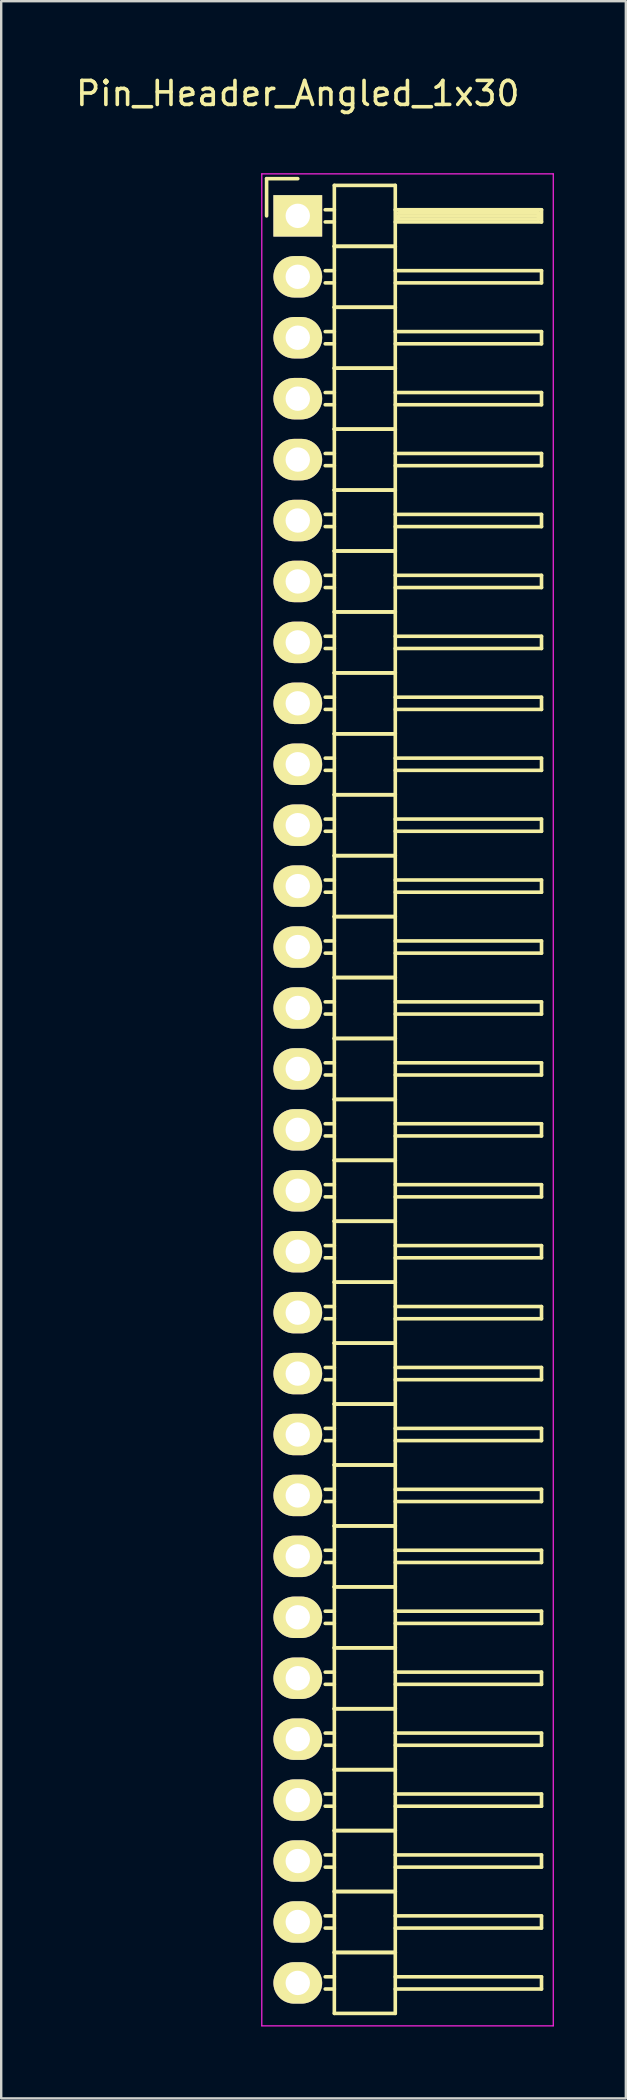
<source format=kicad_pcb>
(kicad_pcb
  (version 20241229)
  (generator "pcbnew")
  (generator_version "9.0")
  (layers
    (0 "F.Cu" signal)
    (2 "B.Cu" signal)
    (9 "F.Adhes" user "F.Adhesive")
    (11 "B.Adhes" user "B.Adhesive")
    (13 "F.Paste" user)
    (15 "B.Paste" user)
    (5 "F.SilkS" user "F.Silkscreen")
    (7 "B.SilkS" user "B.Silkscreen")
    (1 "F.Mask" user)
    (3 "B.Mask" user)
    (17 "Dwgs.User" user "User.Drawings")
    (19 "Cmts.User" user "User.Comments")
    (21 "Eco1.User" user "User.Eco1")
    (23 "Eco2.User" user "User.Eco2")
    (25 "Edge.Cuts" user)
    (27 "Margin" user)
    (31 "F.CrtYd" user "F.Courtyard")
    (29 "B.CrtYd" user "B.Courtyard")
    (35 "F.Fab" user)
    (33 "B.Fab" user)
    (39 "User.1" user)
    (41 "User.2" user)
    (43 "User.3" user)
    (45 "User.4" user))
  (footprint "Pin_Header_Angled_1x30"
    (layer "F.Cu")
    (at 9.363 5.948)
    (property "Reference" "Pin_Header_Angled_1x30" (at 0 -5.1 0) (layer "F.SilkS") (effects (font (size 1 1) (thickness 0.15))))
    (attr through_hole)
    (fp_line (start -1.3 -1.55) (end -1.3 0) (stroke (width 0.15) (type solid)) (layer "F.SilkS"))
    (fp_line (start 0 -1.55) (end -1.3 -1.55) (stroke (width 0.15) (type solid)) (layer "F.SilkS"))
    (fp_line (start 1.524 -1.27) (end 1.524 1.27) (stroke (width 0.15) (type solid)) (layer "F.SilkS"))
    (fp_line (start 1.524 -1.27) (end 4.064 -1.27) (stroke (width 0.15) (type solid)) (layer "F.SilkS"))
    (fp_line (start 1.524 -0.254) (end 1.143 -0.254) (stroke (width 0.15) (type solid)) (layer "F.SilkS"))
    (fp_line (start 1.524 0.254) (end 1.143 0.254) (stroke (width 0.15) (type solid)) (layer "F.SilkS"))
    (fp_line (start 1.524 1.27) (end 1.524 3.81) (stroke (width 0.15) (type solid)) (layer "F.SilkS"))
    (fp_line (start 1.524 1.27) (end 4.064 1.27) (stroke (width 0.15) (type solid)) (layer "F.SilkS"))
    (fp_line (start 1.524 1.27) (end 4.064 1.27) (stroke (width 0.15) (type solid)) (layer "F.SilkS"))
    (fp_line (start 1.524 2.286) (end 1.143 2.286) (stroke (width 0.15) (type solid)) (layer "F.SilkS"))
    (fp_line (start 1.524 2.794) (end 1.143 2.794) (stroke (width 0.15) (type solid)) (layer "F.SilkS"))
    (fp_line (start 1.524 3.81) (end 1.524 6.35) (stroke (width 0.15) (type solid)) (layer "F.SilkS"))
    (fp_line (start 1.524 3.81) (end 4.064 3.81) (stroke (width 0.15) (type solid)) (layer "F.SilkS"))
    (fp_line (start 1.524 3.81) (end 4.064 3.81) (stroke (width 0.15) (type solid)) (layer "F.SilkS"))
    (fp_line (start 1.524 4.826) (end 1.143 4.826) (stroke (width 0.15) (type solid)) (layer "F.SilkS"))
    (fp_line (start 1.524 5.334) (end 1.143 5.334) (stroke (width 0.15) (type solid)) (layer "F.SilkS"))
    (fp_line (start 1.524 6.35) (end 1.524 8.89) (stroke (width 0.15) (type solid)) (layer "F.SilkS"))
    (fp_line (start 1.524 6.35) (end 4.064 6.35) (stroke (width 0.15) (type solid)) (layer "F.SilkS"))
    (fp_line (start 1.524 6.35) (end 4.064 6.35) (stroke (width 0.15) (type solid)) (layer "F.SilkS"))
    (fp_line (start 1.524 7.366) (end 1.143 7.366) (stroke (width 0.15) (type solid)) (layer "F.SilkS"))
    (fp_line (start 1.524 7.874) (end 1.143 7.874) (stroke (width 0.15) (type solid)) (layer "F.SilkS"))
    (fp_line (start 1.524 8.89) (end 1.524 11.43) (stroke (width 0.15) (type solid)) (layer "F.SilkS"))
    (fp_line (start 1.524 8.89) (end 4.064 8.89) (stroke (width 0.15) (type solid)) (layer "F.SilkS"))
    (fp_line (start 1.524 8.89) (end 4.064 8.89) (stroke (width 0.15) (type solid)) (layer "F.SilkS"))
    (fp_line (start 1.524 9.906) (end 1.143 9.906) (stroke (width 0.15) (type solid)) (layer "F.SilkS"))
    (fp_line (start 1.524 10.414) (end 1.143 10.414) (stroke (width 0.15) (type solid)) (layer "F.SilkS"))
    (fp_line (start 1.524 11.43) (end 1.524 13.97) (stroke (width 0.15) (type solid)) (layer "F.SilkS"))
    (fp_line (start 1.524 11.43) (end 4.064 11.43) (stroke (width 0.15) (type solid)) (layer "F.SilkS"))
    (fp_line (start 1.524 11.43) (end 4.064 11.43) (stroke (width 0.15) (type solid)) (layer "F.SilkS"))
    (fp_line (start 1.524 12.446) (end 1.143 12.446) (stroke (width 0.15) (type solid)) (layer "F.SilkS"))
    (fp_line (start 1.524 12.954) (end 1.143 12.954) (stroke (width 0.15) (type solid)) (layer "F.SilkS"))
    (fp_line (start 1.524 13.97) (end 1.524 16.51) (stroke (width 0.15) (type solid)) (layer "F.SilkS"))
    (fp_line (start 1.524 13.97) (end 4.064 13.97) (stroke (width 0.15) (type solid)) (layer "F.SilkS"))
    (fp_line (start 1.524 13.97) (end 4.064 13.97) (stroke (width 0.15) (type solid)) (layer "F.SilkS"))
    (fp_line (start 1.524 14.986) (end 1.143 14.986) (stroke (width 0.15) (type solid)) (layer "F.SilkS"))
    (fp_line (start 1.524 15.494) (end 1.143 15.494) (stroke (width 0.15) (type solid)) (layer "F.SilkS"))
    (fp_line (start 1.524 16.51) (end 1.524 19.05) (stroke (width 0.15) (type solid)) (layer "F.SilkS"))
    (fp_line (start 1.524 16.51) (end 4.064 16.51) (stroke (width 0.15) (type solid)) (layer "F.SilkS"))
    (fp_line (start 1.524 16.51) (end 4.064 16.51) (stroke (width 0.15) (type solid)) (layer "F.SilkS"))
    (fp_line (start 1.524 17.526) (end 1.143 17.526) (stroke (width 0.15) (type solid)) (layer "F.SilkS"))
    (fp_line (start 1.524 18.034) (end 1.143 18.034) (stroke (width 0.15) (type solid)) (layer "F.SilkS"))
    (fp_line (start 1.524 19.05) (end 1.524 21.59) (stroke (width 0.15) (type solid)) (layer "F.SilkS"))
    (fp_line (start 1.524 19.05) (end 4.064 19.05) (stroke (width 0.15) (type solid)) (layer "F.SilkS"))
    (fp_line (start 1.524 19.05) (end 4.064 19.05) (stroke (width 0.15) (type solid)) (layer "F.SilkS"))
    (fp_line (start 1.524 20.066) (end 1.143 20.066) (stroke (width 0.15) (type solid)) (layer "F.SilkS"))
    (fp_line (start 1.524 20.574) (end 1.143 20.574) (stroke (width 0.15) (type solid)) (layer "F.SilkS"))
    (fp_line (start 1.524 21.59) (end 1.524 24.13) (stroke (width 0.15) (type solid)) (layer "F.SilkS"))
    (fp_line (start 1.524 21.59) (end 4.064 21.59) (stroke (width 0.15) (type solid)) (layer "F.SilkS"))
    (fp_line (start 1.524 21.59) (end 4.064 21.59) (stroke (width 0.15) (type solid)) (layer "F.SilkS"))
    (fp_line (start 1.524 22.606) (end 1.143 22.606) (stroke (width 0.15) (type solid)) (layer "F.SilkS"))
    (fp_line (start 1.524 23.114) (end 1.143 23.114) (stroke (width 0.15) (type solid)) (layer "F.SilkS"))
    (fp_line (start 1.524 24.13) (end 1.524 26.67) (stroke (width 0.15) (type solid)) (layer "F.SilkS"))
    (fp_line (start 1.524 24.13) (end 4.064 24.13) (stroke (width 0.15) (type solid)) (layer "F.SilkS"))
    (fp_line (start 1.524 24.13) (end 4.064 24.13) (stroke (width 0.15) (type solid)) (layer "F.SilkS"))
    (fp_line (start 1.524 25.146) (end 1.143 25.146) (stroke (width 0.15) (type solid)) (layer "F.SilkS"))
    (fp_line (start 1.524 25.654) (end 1.143 25.654) (stroke (width 0.15) (type solid)) (layer "F.SilkS"))
    (fp_line (start 1.524 26.67) (end 1.524 29.21) (stroke (width 0.15) (type solid)) (layer "F.SilkS"))
    (fp_line (start 1.524 26.67) (end 4.064 26.67) (stroke (width 0.15) (type solid)) (layer "F.SilkS"))
    (fp_line (start 1.524 26.67) (end 4.064 26.67) (stroke (width 0.15) (type solid)) (layer "F.SilkS"))
    (fp_line (start 1.524 27.686) (end 1.143 27.686) (stroke (width 0.15) (type solid)) (layer "F.SilkS"))
    (fp_line (start 1.524 28.194) (end 1.143 28.194) (stroke (width 0.15) (type solid)) (layer "F.SilkS"))
    (fp_line (start 1.524 29.21) (end 1.524 31.75) (stroke (width 0.15) (type solid)) (layer "F.SilkS"))
    (fp_line (start 1.524 29.21) (end 4.064 29.21) (stroke (width 0.15) (type solid)) (layer "F.SilkS"))
    (fp_line (start 1.524 29.21) (end 4.064 29.21) (stroke (width 0.15) (type solid)) (layer "F.SilkS"))
    (fp_line (start 1.524 30.226) (end 1.143 30.226) (stroke (width 0.15) (type solid)) (layer "F.SilkS"))
    (fp_line (start 1.524 30.734) (end 1.143 30.734) (stroke (width 0.15) (type solid)) (layer "F.SilkS"))
    (fp_line (start 1.524 31.75) (end 1.524 34.29) (stroke (width 0.15) (type solid)) (layer "F.SilkS"))
    (fp_line (start 1.524 31.75) (end 4.064 31.75) (stroke (width 0.15) (type solid)) (layer "F.SilkS"))
    (fp_line (start 1.524 31.75) (end 4.064 31.75) (stroke (width 0.15) (type solid)) (layer "F.SilkS"))
    (fp_line (start 1.524 32.766) (end 1.143 32.766) (stroke (width 0.15) (type solid)) (layer "F.SilkS"))
    (fp_line (start 1.524 33.274) (end 1.143 33.274) (stroke (width 0.15) (type solid)) (layer "F.SilkS"))
    (fp_line (start 1.524 34.29) (end 1.524 36.83) (stroke (width 0.15) (type solid)) (layer "F.SilkS"))
    (fp_line (start 1.524 34.29) (end 4.064 34.29) (stroke (width 0.15) (type solid)) (layer "F.SilkS"))
    (fp_line (start 1.524 34.29) (end 4.064 34.29) (stroke (width 0.15) (type solid)) (layer "F.SilkS"))
    (fp_line (start 1.524 35.306) (end 1.143 35.306) (stroke (width 0.15) (type solid)) (layer "F.SilkS"))
    (fp_line (start 1.524 35.814) (end 1.143 35.814) (stroke (width 0.15) (type solid)) (layer "F.SilkS"))
    (fp_line (start 1.524 36.83) (end 1.524 39.37) (stroke (width 0.15) (type solid)) (layer "F.SilkS"))
    (fp_line (start 1.524 36.83) (end 4.064 36.83) (stroke (width 0.15) (type solid)) (layer "F.SilkS"))
    (fp_line (start 1.524 36.83) (end 4.064 36.83) (stroke (width 0.15) (type solid)) (layer "F.SilkS"))
    (fp_line (start 1.524 37.846) (end 1.143 37.846) (stroke (width 0.15) (type solid)) (layer "F.SilkS"))
    (fp_line (start 1.524 38.354) (end 1.143 38.354) (stroke (width 0.15) (type solid)) (layer "F.SilkS"))
    (fp_line (start 1.524 39.37) (end 1.524 41.91) (stroke (width 0.15) (type solid)) (layer "F.SilkS"))
    (fp_line (start 1.524 39.37) (end 4.064 39.37) (stroke (width 0.15) (type solid)) (layer "F.SilkS"))
    (fp_line (start 1.524 39.37) (end 4.064 39.37) (stroke (width 0.15) (type solid)) (layer "F.SilkS"))
    (fp_line (start 1.524 40.386) (end 1.143 40.386) (stroke (width 0.15) (type solid)) (layer "F.SilkS"))
    (fp_line (start 1.524 40.894) (end 1.143 40.894) (stroke (width 0.15) (type solid)) (layer "F.SilkS"))
    (fp_line (start 1.524 41.91) (end 1.524 44.45) (stroke (width 0.15) (type solid)) (layer "F.SilkS"))
    (fp_line (start 1.524 41.91) (end 4.064 41.91) (stroke (width 0.15) (type solid)) (layer "F.SilkS"))
    (fp_line (start 1.524 41.91) (end 4.064 41.91) (stroke (width 0.15) (type solid)) (layer "F.SilkS"))
    (fp_line (start 1.524 42.926) (end 1.143 42.926) (stroke (width 0.15) (type solid)) (layer "F.SilkS"))
    (fp_line (start 1.524 43.434) (end 1.143 43.434) (stroke (width 0.15) (type solid)) (layer "F.SilkS"))
    (fp_line (start 1.524 44.45) (end 1.524 46.99) (stroke (width 0.15) (type solid)) (layer "F.SilkS"))
    (fp_line (start 1.524 44.45) (end 4.064 44.45) (stroke (width 0.15) (type solid)) (layer "F.SilkS"))
    (fp_line (start 1.524 44.45) (end 4.064 44.45) (stroke (width 0.15) (type solid)) (layer "F.SilkS"))
    (fp_line (start 1.524 45.466) (end 1.143 45.466) (stroke (width 0.15) (type solid)) (layer "F.SilkS"))
    (fp_line (start 1.524 45.974) (end 1.143 45.974) (stroke (width 0.15) (type solid)) (layer "F.SilkS"))
    (fp_line (start 1.524 46.99) (end 1.524 49.53) (stroke (width 0.15) (type solid)) (layer "F.SilkS"))
    (fp_line (start 1.524 46.99) (end 4.064 46.99) (stroke (width 0.15) (type solid)) (layer "F.SilkS"))
    (fp_line (start 1.524 46.99) (end 4.064 46.99) (stroke (width 0.15) (type solid)) (layer "F.SilkS"))
    (fp_line (start 1.524 48.006) (end 1.143 48.006) (stroke (width 0.15) (type solid)) (layer "F.SilkS"))
    (fp_line (start 1.524 48.514) (end 1.143 48.514) (stroke (width 0.15) (type solid)) (layer "F.SilkS"))
    (fp_line (start 1.524 49.53) (end 1.524 52.07) (stroke (width 0.15) (type solid)) (layer "F.SilkS"))
    (fp_line (start 1.524 49.53) (end 4.064 49.53) (stroke (width 0.15) (type solid)) (layer "F.SilkS"))
    (fp_line (start 1.524 49.53) (end 4.064 49.53) (stroke (width 0.15) (type solid)) (layer "F.SilkS"))
    (fp_line (start 1.524 50.546) (end 1.143 50.546) (stroke (width 0.15) (type solid)) (layer "F.SilkS"))
    (fp_line (start 1.524 51.054) (end 1.143 51.054) (stroke (width 0.15) (type solid)) (layer "F.SilkS"))
    (fp_line (start 1.524 52.07) (end 1.524 54.61) (stroke (width 0.15) (type solid)) (layer "F.SilkS"))
    (fp_line (start 1.524 52.07) (end 4.064 52.07) (stroke (width 0.15) (type solid)) (layer "F.SilkS"))
    (fp_line (start 1.524 52.07) (end 4.064 52.07) (stroke (width 0.15) (type solid)) (layer "F.SilkS"))
    (fp_line (start 1.524 53.086) (end 1.143 53.086) (stroke (width 0.15) (type solid)) (layer "F.SilkS"))
    (fp_line (start 1.524 53.594) (end 1.143 53.594) (stroke (width 0.15) (type solid)) (layer "F.SilkS"))
    (fp_line (start 1.524 54.61) (end 1.524 57.15) (stroke (width 0.15) (type solid)) (layer "F.SilkS"))
    (fp_line (start 1.524 54.61) (end 4.064 54.61) (stroke (width 0.15) (type solid)) (layer "F.SilkS"))
    (fp_line (start 1.524 54.61) (end 4.064 54.61) (stroke (width 0.15) (type solid)) (layer "F.SilkS"))
    (fp_line (start 1.524 55.626) (end 1.143 55.626) (stroke (width 0.15) (type solid)) (layer "F.SilkS"))
    (fp_line (start 1.524 56.134) (end 1.143 56.134) (stroke (width 0.15) (type solid)) (layer "F.SilkS"))
    (fp_line (start 1.524 57.15) (end 1.524 59.69) (stroke (width 0.15) (type solid)) (layer "F.SilkS"))
    (fp_line (start 1.524 57.15) (end 4.064 57.15) (stroke (width 0.15) (type solid)) (layer "F.SilkS"))
    (fp_line (start 1.524 57.15) (end 4.064 57.15) (stroke (width 0.15) (type solid)) (layer "F.SilkS"))
    (fp_line (start 1.524 58.166) (end 1.143 58.166) (stroke (width 0.15) (type solid)) (layer "F.SilkS"))
    (fp_line (start 1.524 58.674) (end 1.143 58.674) (stroke (width 0.15) (type solid)) (layer "F.SilkS"))
    (fp_line (start 1.524 59.69) (end 1.524 62.23) (stroke (width 0.15) (type solid)) (layer "F.SilkS"))
    (fp_line (start 1.524 59.69) (end 4.064 59.69) (stroke (width 0.15) (type solid)) (layer "F.SilkS"))
    (fp_line (start 1.524 59.69) (end 4.064 59.69) (stroke (width 0.15) (type solid)) (layer "F.SilkS"))
    (fp_line (start 1.524 60.706) (end 1.143 60.706) (stroke (width 0.15) (type solid)) (layer "F.SilkS"))
    (fp_line (start 1.524 61.214) (end 1.143 61.214) (stroke (width 0.15) (type solid)) (layer "F.SilkS"))
    (fp_line (start 1.524 62.23) (end 1.524 64.77) (stroke (width 0.15) (type solid)) (layer "F.SilkS"))
    (fp_line (start 1.524 62.23) (end 4.064 62.23) (stroke (width 0.15) (type solid)) (layer "F.SilkS"))
    (fp_line (start 1.524 62.23) (end 4.064 62.23) (stroke (width 0.15) (type solid)) (layer "F.SilkS"))
    (fp_line (start 1.524 63.246) (end 1.143 63.246) (stroke (width 0.15) (type solid)) (layer "F.SilkS"))
    (fp_line (start 1.524 63.754) (end 1.143 63.754) (stroke (width 0.15) (type solid)) (layer "F.SilkS"))
    (fp_line (start 1.524 64.77) (end 1.524 67.31) (stroke (width 0.15) (type solid)) (layer "F.SilkS"))
    (fp_line (start 1.524 64.77) (end 4.064 64.77) (stroke (width 0.15) (type solid)) (layer "F.SilkS"))
    (fp_line (start 1.524 64.77) (end 4.064 64.77) (stroke (width 0.15) (type solid)) (layer "F.SilkS"))
    (fp_line (start 1.524 65.786) (end 1.143 65.786) (stroke (width 0.15) (type solid)) (layer "F.SilkS"))
    (fp_line (start 1.524 66.294) (end 1.143 66.294) (stroke (width 0.15) (type solid)) (layer "F.SilkS"))
    (fp_line (start 1.524 67.31) (end 1.524 69.85) (stroke (width 0.15) (type solid)) (layer "F.SilkS"))
    (fp_line (start 1.524 67.31) (end 4.064 67.31) (stroke (width 0.15) (type solid)) (layer "F.SilkS"))
    (fp_line (start 1.524 67.31) (end 4.064 67.31) (stroke (width 0.15) (type solid)) (layer "F.SilkS"))
    (fp_line (start 1.524 68.326) (end 1.143 68.326) (stroke (width 0.15) (type solid)) (layer "F.SilkS"))
    (fp_line (start 1.524 68.834) (end 1.143 68.834) (stroke (width 0.15) (type solid)) (layer "F.SilkS"))
    (fp_line (start 1.524 69.85) (end 1.524 72.39) (stroke (width 0.15) (type solid)) (layer "F.SilkS"))
    (fp_line (start 1.524 69.85) (end 4.064 69.85) (stroke (width 0.15) (type solid)) (layer "F.SilkS"))
    (fp_line (start 1.524 69.85) (end 4.064 69.85) (stroke (width 0.15) (type solid)) (layer "F.SilkS"))
    (fp_line (start 1.524 70.866) (end 1.143 70.866) (stroke (width 0.15) (type solid)) (layer "F.SilkS"))
    (fp_line (start 1.524 71.374) (end 1.143 71.374) (stroke (width 0.15) (type solid)) (layer "F.SilkS"))
    (fp_line (start 1.524 72.39) (end 1.524 74.93) (stroke (width 0.15) (type solid)) (layer "F.SilkS"))
    (fp_line (start 1.524 72.39) (end 4.064 72.39) (stroke (width 0.15) (type solid)) (layer "F.SilkS"))
    (fp_line (start 1.524 72.39) (end 4.064 72.39) (stroke (width 0.15) (type solid)) (layer "F.SilkS"))
    (fp_line (start 1.524 73.406) (end 1.143 73.406) (stroke (width 0.15) (type solid)) (layer "F.SilkS"))
    (fp_line (start 1.524 73.914) (end 1.143 73.914) (stroke (width 0.15) (type solid)) (layer "F.SilkS"))
    (fp_line (start 1.524 74.93) (end 4.064 74.93) (stroke (width 0.15) (type solid)) (layer "F.SilkS"))
    (fp_line (start 4.064 -0.254) (end 10.16 -0.254) (stroke (width 0.15) (type solid)) (layer "F.SilkS"))
    (fp_line (start 4.064 1.27) (end 4.064 -1.27) (stroke (width 0.15) (type solid)) (layer "F.SilkS"))
    (fp_line (start 4.064 2.286) (end 10.16 2.286) (stroke (width 0.15) (type solid)) (layer "F.SilkS"))
    (fp_line (start 4.064 3.81) (end 4.064 1.27) (stroke (width 0.15) (type solid)) (layer "F.SilkS"))
    (fp_line (start 4.064 4.826) (end 10.16 4.826) (stroke (width 0.15) (type solid)) (layer "F.SilkS"))
    (fp_line (start 4.064 6.35) (end 4.064 3.81) (stroke (width 0.15) (type solid)) (layer "F.SilkS"))
    (fp_line (start 4.064 7.366) (end 10.16 7.366) (stroke (width 0.15) (type solid)) (layer "F.SilkS"))
    (fp_line (start 4.064 8.89) (end 4.064 6.35) (stroke (width 0.15) (type solid)) (layer "F.SilkS"))
    (fp_line (start 4.064 9.906) (end 10.16 9.906) (stroke (width 0.15) (type solid)) (layer "F.SilkS"))
    (fp_line (start 4.064 11.43) (end 4.064 8.89) (stroke (width 0.15) (type solid)) (layer "F.SilkS"))
    (fp_line (start 4.064 12.446) (end 10.16 12.446) (stroke (width 0.15) (type solid)) (layer "F.SilkS"))
    (fp_line (start 4.064 13.97) (end 4.064 11.43) (stroke (width 0.15) (type solid)) (layer "F.SilkS"))
    (fp_line (start 4.064 14.986) (end 10.16 14.986) (stroke (width 0.15) (type solid)) (layer "F.SilkS"))
    (fp_line (start 4.064 16.51) (end 4.064 13.97) (stroke (width 0.15) (type solid)) (layer "F.SilkS"))
    (fp_line (start 4.064 17.526) (end 10.16 17.526) (stroke (width 0.15) (type solid)) (layer "F.SilkS"))
    (fp_line (start 4.064 19.05) (end 4.064 16.51) (stroke (width 0.15) (type solid)) (layer "F.SilkS"))
    (fp_line (start 4.064 20.066) (end 10.16 20.066) (stroke (width 0.15) (type solid)) (layer "F.SilkS"))
    (fp_line (start 4.064 21.59) (end 4.064 19.05) (stroke (width 0.15) (type solid)) (layer "F.SilkS"))
    (fp_line (start 4.064 22.606) (end 10.16 22.606) (stroke (width 0.15) (type solid)) (layer "F.SilkS"))
    (fp_line (start 4.064 24.13) (end 4.064 21.59) (stroke (width 0.15) (type solid)) (layer "F.SilkS"))
    (fp_line (start 4.064 25.146) (end 10.16 25.146) (stroke (width 0.15) (type solid)) (layer "F.SilkS"))
    (fp_line (start 4.064 26.67) (end 4.064 24.13) (stroke (width 0.15) (type solid)) (layer "F.SilkS"))
    (fp_line (start 4.064 27.686) (end 10.16 27.686) (stroke (width 0.15) (type solid)) (layer "F.SilkS"))
    (fp_line (start 4.064 29.21) (end 4.064 26.67) (stroke (width 0.15) (type solid)) (layer "F.SilkS"))
    (fp_line (start 4.064 30.226) (end 10.16 30.226) (stroke (width 0.15) (type solid)) (layer "F.SilkS"))
    (fp_line (start 4.064 31.75) (end 4.064 29.21) (stroke (width 0.15) (type solid)) (layer "F.SilkS"))
    (fp_line (start 4.064 32.766) (end 10.16 32.766) (stroke (width 0.15) (type solid)) (layer "F.SilkS"))
    (fp_line (start 4.064 34.29) (end 4.064 31.75) (stroke (width 0.15) (type solid)) (layer "F.SilkS"))
    (fp_line (start 4.064 35.306) (end 10.16 35.306) (stroke (width 0.15) (type solid)) (layer "F.SilkS"))
    (fp_line (start 4.064 36.83) (end 4.064 34.29) (stroke (width 0.15) (type solid)) (layer "F.SilkS"))
    (fp_line (start 4.064 37.846) (end 10.16 37.846) (stroke (width 0.15) (type solid)) (layer "F.SilkS"))
    (fp_line (start 4.064 39.37) (end 4.064 36.83) (stroke (width 0.15) (type solid)) (layer "F.SilkS"))
    (fp_line (start 4.064 40.386) (end 10.16 40.386) (stroke (width 0.15) (type solid)) (layer "F.SilkS"))
    (fp_line (start 4.064 41.91) (end 4.064 39.37) (stroke (width 0.15) (type solid)) (layer "F.SilkS"))
    (fp_line (start 4.064 42.926) (end 10.16 42.926) (stroke (width 0.15) (type solid)) (layer "F.SilkS"))
    (fp_line (start 4.064 44.45) (end 4.064 41.91) (stroke (width 0.15) (type solid)) (layer "F.SilkS"))
    (fp_line (start 4.064 45.466) (end 10.16 45.466) (stroke (width 0.15) (type solid)) (layer "F.SilkS"))
    (fp_line (start 4.064 46.99) (end 4.064 44.45) (stroke (width 0.15) (type solid)) (layer "F.SilkS"))
    (fp_line (start 4.064 48.006) (end 10.16 48.006) (stroke (width 0.15) (type solid)) (layer "F.SilkS"))
    (fp_line (start 4.064 49.53) (end 4.064 46.99) (stroke (width 0.15) (type solid)) (layer "F.SilkS"))
    (fp_line (start 4.064 50.546) (end 10.16 50.546) (stroke (width 0.15) (type solid)) (layer "F.SilkS"))
    (fp_line (start 4.064 52.07) (end 4.064 49.53) (stroke (width 0.15) (type solid)) (layer "F.SilkS"))
    (fp_line (start 4.064 53.086) (end 10.16 53.086) (stroke (width 0.15) (type solid)) (layer "F.SilkS"))
    (fp_line (start 4.064 54.61) (end 4.064 52.07) (stroke (width 0.15) (type solid)) (layer "F.SilkS"))
    (fp_line (start 4.064 55.626) (end 10.16 55.626) (stroke (width 0.15) (type solid)) (layer "F.SilkS"))
    (fp_line (start 4.064 57.15) (end 4.064 54.61) (stroke (width 0.15) (type solid)) (layer "F.SilkS"))
    (fp_line (start 4.064 58.166) (end 10.16 58.166) (stroke (width 0.15) (type solid)) (layer "F.SilkS"))
    (fp_line (start 4.064 59.69) (end 4.064 57.15) (stroke (width 0.15) (type solid)) (layer "F.SilkS"))
    (fp_line (start 4.064 60.706) (end 10.16 60.706) (stroke (width 0.15) (type solid)) (layer "F.SilkS"))
    (fp_line (start 4.064 62.23) (end 4.064 59.69) (stroke (width 0.15) (type solid)) (layer "F.SilkS"))
    (fp_line (start 4.064 63.246) (end 10.16 63.246) (stroke (width 0.15) (type solid)) (layer "F.SilkS"))
    (fp_line (start 4.064 64.77) (end 4.064 62.23) (stroke (width 0.15) (type solid)) (layer "F.SilkS"))
    (fp_line (start 4.064 65.786) (end 10.16 65.786) (stroke (width 0.15) (type solid)) (layer "F.SilkS"))
    (fp_line (start 4.064 67.31) (end 4.064 64.77) (stroke (width 0.15) (type solid)) (layer "F.SilkS"))
    (fp_line (start 4.064 68.326) (end 10.16 68.326) (stroke (width 0.15) (type solid)) (layer "F.SilkS"))
    (fp_line (start 4.064 69.85) (end 4.064 67.31) (stroke (width 0.15) (type solid)) (layer "F.SilkS"))
    (fp_line (start 4.064 70.866) (end 10.16 70.866) (stroke (width 0.15) (type solid)) (layer "F.SilkS"))
    (fp_line (start 4.064 72.39) (end 4.064 69.85) (stroke (width 0.15) (type solid)) (layer "F.SilkS"))
    (fp_line (start 4.064 73.406) (end 10.16 73.406) (stroke (width 0.15) (type solid)) (layer "F.SilkS"))
    (fp_line (start 4.064 74.93) (end 4.064 72.39) (stroke (width 0.15) (type solid)) (layer "F.SilkS"))
    (fp_line (start 4.191 -0.127) (end 10.033 -0.127) (stroke (width 0.15) (type solid)) (layer "F.SilkS"))
    (fp_line (start 4.191 0) (end 10.033 0) (stroke (width 0.15) (type solid)) (layer "F.SilkS"))
    (fp_line (start 4.191 0.127) (end 4.191 0) (stroke (width 0.15) (type solid)) (layer "F.SilkS"))
    (fp_line (start 10.033 -0.127) (end 10.033 0.127) (stroke (width 0.15) (type solid)) (layer "F.SilkS"))
    (fp_line (start 10.033 0.127) (end 4.191 0.127) (stroke (width 0.15) (type solid)) (layer "F.SilkS"))
    (fp_line (start 10.16 -0.254) (end 10.16 0.254) (stroke (width 0.15) (type solid)) (layer "F.SilkS"))
    (fp_line (start 10.16 0.254) (end 4.064 0.254) (stroke (width 0.15) (type solid)) (layer "F.SilkS"))
    (fp_line (start 10.16 2.286) (end 10.16 2.794) (stroke (width 0.15) (type solid)) (layer "F.SilkS"))
    (fp_line (start 10.16 2.794) (end 4.064 2.794) (stroke (width 0.15) (type solid)) (layer "F.SilkS"))
    (fp_line (start 10.16 4.826) (end 10.16 5.334) (stroke (width 0.15) (type solid)) (layer "F.SilkS"))
    (fp_line (start 10.16 5.334) (end 4.064 5.334) (stroke (width 0.15) (type solid)) (layer "F.SilkS"))
    (fp_line (start 10.16 7.366) (end 10.16 7.874) (stroke (width 0.15) (type solid)) (layer "F.SilkS"))
    (fp_line (start 10.16 7.874) (end 4.064 7.874) (stroke (width 0.15) (type solid)) (layer "F.SilkS"))
    (fp_line (start 10.16 9.906) (end 10.16 10.414) (stroke (width 0.15) (type solid)) (layer "F.SilkS"))
    (fp_line (start 10.16 10.414) (end 4.064 10.414) (stroke (width 0.15) (type solid)) (layer "F.SilkS"))
    (fp_line (start 10.16 12.446) (end 10.16 12.954) (stroke (width 0.15) (type solid)) (layer "F.SilkS"))
    (fp_line (start 10.16 12.954) (end 4.064 12.954) (stroke (width 0.15) (type solid)) (layer "F.SilkS"))
    (fp_line (start 10.16 14.986) (end 10.16 15.494) (stroke (width 0.15) (type solid)) (layer "F.SilkS"))
    (fp_line (start 10.16 15.494) (end 4.064 15.494) (stroke (width 0.15) (type solid)) (layer "F.SilkS"))
    (fp_line (start 10.16 17.526) (end 10.16 18.034) (stroke (width 0.15) (type solid)) (layer "F.SilkS"))
    (fp_line (start 10.16 18.034) (end 4.064 18.034) (stroke (width 0.15) (type solid)) (layer "F.SilkS"))
    (fp_line (start 10.16 20.066) (end 10.16 20.574) (stroke (width 0.15) (type solid)) (layer "F.SilkS"))
    (fp_line (start 10.16 20.574) (end 4.064 20.574) (stroke (width 0.15) (type solid)) (layer "F.SilkS"))
    (fp_line (start 10.16 22.606) (end 10.16 23.114) (stroke (width 0.15) (type solid)) (layer "F.SilkS"))
    (fp_line (start 10.16 23.114) (end 4.064 23.114) (stroke (width 0.15) (type solid)) (layer "F.SilkS"))
    (fp_line (start 10.16 25.146) (end 10.16 25.654) (stroke (width 0.15) (type solid)) (layer "F.SilkS"))
    (fp_line (start 10.16 25.654) (end 4.064 25.654) (stroke (width 0.15) (type solid)) (layer "F.SilkS"))
    (fp_line (start 10.16 27.686) (end 10.16 28.194) (stroke (width 0.15) (type solid)) (layer "F.SilkS"))
    (fp_line (start 10.16 28.194) (end 4.064 28.194) (stroke (width 0.15) (type solid)) (layer "F.SilkS"))
    (fp_line (start 10.16 30.226) (end 10.16 30.734) (stroke (width 0.15) (type solid)) (layer "F.SilkS"))
    (fp_line (start 10.16 30.734) (end 4.064 30.734) (stroke (width 0.15) (type solid)) (layer "F.SilkS"))
    (fp_line (start 10.16 32.766) (end 10.16 33.274) (stroke (width 0.15) (type solid)) (layer "F.SilkS"))
    (fp_line (start 10.16 33.274) (end 4.064 33.274) (stroke (width 0.15) (type solid)) (layer "F.SilkS"))
    (fp_line (start 10.16 35.306) (end 10.16 35.814) (stroke (width 0.15) (type solid)) (layer "F.SilkS"))
    (fp_line (start 10.16 35.814) (end 4.064 35.814) (stroke (width 0.15) (type solid)) (layer "F.SilkS"))
    (fp_line (start 10.16 37.846) (end 10.16 38.354) (stroke (width 0.15) (type solid)) (layer "F.SilkS"))
    (fp_line (start 10.16 38.354) (end 4.064 38.354) (stroke (width 0.15) (type solid)) (layer "F.SilkS"))
    (fp_line (start 10.16 40.386) (end 10.16 40.894) (stroke (width 0.15) (type solid)) (layer "F.SilkS"))
    (fp_line (start 10.16 40.894) (end 4.064 40.894) (stroke (width 0.15) (type solid)) (layer "F.SilkS"))
    (fp_line (start 10.16 42.926) (end 10.16 43.434) (stroke (width 0.15) (type solid)) (layer "F.SilkS"))
    (fp_line (start 10.16 43.434) (end 4.064 43.434) (stroke (width 0.15) (type solid)) (layer "F.SilkS"))
    (fp_line (start 10.16 45.466) (end 10.16 45.974) (stroke (width 0.15) (type solid)) (layer "F.SilkS"))
    (fp_line (start 10.16 45.974) (end 4.064 45.974) (stroke (width 0.15) (type solid)) (layer "F.SilkS"))
    (fp_line (start 10.16 48.006) (end 10.16 48.514) (stroke (width 0.15) (type solid)) (layer "F.SilkS"))
    (fp_line (start 10.16 48.514) (end 4.064 48.514) (stroke (width 0.15) (type solid)) (layer "F.SilkS"))
    (fp_line (start 10.16 50.546) (end 10.16 51.054) (stroke (width 0.15) (type solid)) (layer "F.SilkS"))
    (fp_line (start 10.16 51.054) (end 4.064 51.054) (stroke (width 0.15) (type solid)) (layer "F.SilkS"))
    (fp_line (start 10.16 53.086) (end 10.16 53.594) (stroke (width 0.15) (type solid)) (layer "F.SilkS"))
    (fp_line (start 10.16 53.594) (end 4.064 53.594) (stroke (width 0.15) (type solid)) (layer "F.SilkS"))
    (fp_line (start 10.16 55.626) (end 10.16 56.134) (stroke (width 0.15) (type solid)) (layer "F.SilkS"))
    (fp_line (start 10.16 56.134) (end 4.064 56.134) (stroke (width 0.15) (type solid)) (layer "F.SilkS"))
    (fp_line (start 10.16 58.166) (end 10.16 58.674) (stroke (width 0.15) (type solid)) (layer "F.SilkS"))
    (fp_line (start 10.16 58.674) (end 4.064 58.674) (stroke (width 0.15) (type solid)) (layer "F.SilkS"))
    (fp_line (start 10.16 60.706) (end 10.16 61.214) (stroke (width 0.15) (type solid)) (layer "F.SilkS"))
    (fp_line (start 10.16 61.214) (end 4.064 61.214) (stroke (width 0.15) (type solid)) (layer "F.SilkS"))
    (fp_line (start 10.16 63.246) (end 10.16 63.754) (stroke (width 0.15) (type solid)) (layer "F.SilkS"))
    (fp_line (start 10.16 63.754) (end 4.064 63.754) (stroke (width 0.15) (type solid)) (layer "F.SilkS"))
    (fp_line (start 10.16 65.786) (end 10.16 66.294) (stroke (width 0.15) (type solid)) (layer "F.SilkS"))
    (fp_line (start 10.16 66.294) (end 4.064 66.294) (stroke (width 0.15) (type solid)) (layer "F.SilkS"))
    (fp_line (start 10.16 68.326) (end 10.16 68.834) (stroke (width 0.15) (type solid)) (layer "F.SilkS"))
    (fp_line (start 10.16 68.834) (end 4.064 68.834) (stroke (width 0.15) (type solid)) (layer "F.SilkS"))
    (fp_line (start 10.16 70.866) (end 10.16 71.374) (stroke (width 0.15) (type solid)) (layer "F.SilkS"))
    (fp_line (start 10.16 71.374) (end 4.064 71.374) (stroke (width 0.15) (type solid)) (layer "F.SilkS"))
    (fp_line (start 10.16 73.406) (end 10.16 73.914) (stroke (width 0.15) (type solid)) (layer "F.SilkS"))
    (fp_line (start 10.16 73.914) (end 4.064 73.914) (stroke (width 0.15) (type solid)) (layer "F.SilkS"))
    (fp_line (start -1.5 -1.75) (end -1.5 75.45) (stroke (width 0.05) (type solid)) (layer "F.CrtYd"))
    (fp_line (start -1.5 -1.75) (end 10.65 -1.75) (stroke (width 0.05) (type solid)) (layer "F.CrtYd"))
    (fp_line (start -1.5 75.45) (end 10.65 75.45) (stroke (width 0.05) (type solid)) (layer "F.CrtYd"))
    (fp_line (start 10.65 -1.75) (end 10.65 75.45) (stroke (width 0.05) (type solid)) (layer "F.CrtYd"))
    (pad "1" thru_hole rect (at 0 0) (size 2.032 1.727) (drill 1.016) (layers "*.Cu" "*.Mask" "F.SilkS"))
    (pad "2" thru_hole oval (at 0 2.54) (size 2.032 1.727) (drill 1.016) (layers "*.Cu" "*.Mask" "F.SilkS"))
    (pad "3" thru_hole oval (at 0 5.08) (size 2.032 1.727) (drill 1.016) (layers "*.Cu" "*.Mask" "F.SilkS"))
    (pad "4" thru_hole oval (at 0 7.62) (size 2.032 1.727) (drill 1.016) (layers "*.Cu" "*.Mask" "F.SilkS"))
    (pad "5" thru_hole oval (at 0 10.16) (size 2.032 1.727) (drill 1.016) (layers "*.Cu" "*.Mask" "F.SilkS"))
    (pad "6" thru_hole oval (at 0 12.7) (size 2.032 1.727) (drill 1.016) (layers "*.Cu" "*.Mask" "F.SilkS"))
    (pad "7" thru_hole oval (at 0 15.24) (size 2.032 1.727) (drill 1.016) (layers "*.Cu" "*.Mask" "F.SilkS"))
    (pad "8" thru_hole oval (at 0 17.78) (size 2.032 1.727) (drill 1.016) (layers "*.Cu" "*.Mask" "F.SilkS"))
    (pad "9" thru_hole oval (at 0 20.32) (size 2.032 1.727) (drill 1.016) (layers "*.Cu" "*.Mask" "F.SilkS"))
    (pad "10" thru_hole oval (at 0 22.86) (size 2.032 1.727) (drill 1.016) (layers "*.Cu" "*.Mask" "F.SilkS"))
    (pad "11" thru_hole oval (at 0 25.4) (size 2.032 1.727) (drill 1.016) (layers "*.Cu" "*.Mask" "F.SilkS"))
    (pad "12" thru_hole oval (at 0 27.94) (size 2.032 1.727) (drill 1.016) (layers "*.Cu" "*.Mask" "F.SilkS"))
    (pad "13" thru_hole oval (at 0 30.48) (size 2.032 1.727) (drill 1.016) (layers "*.Cu" "*.Mask" "F.SilkS"))
    (pad "14" thru_hole oval (at 0 33.02) (size 2.032 1.727) (drill 1.016) (layers "*.Cu" "*.Mask" "F.SilkS"))
    (pad "15" thru_hole oval (at 0 35.56) (size 2.032 1.727) (drill 1.016) (layers "*.Cu" "*.Mask" "F.SilkS"))
    (pad "16" thru_hole oval (at 0 38.1) (size 2.032 1.727) (drill 1.016) (layers "*.Cu" "*.Mask" "F.SilkS"))
    (pad "17" thru_hole oval (at 0 40.64) (size 2.032 1.727) (drill 1.016) (layers "*.Cu" "*.Mask" "F.SilkS"))
    (pad "18" thru_hole oval (at 0 43.18) (size 2.032 1.727) (drill 1.016) (layers "*.Cu" "*.Mask" "F.SilkS"))
    (pad "19" thru_hole oval (at 0 45.72) (size 2.032 1.727) (drill 1.016) (layers "*.Cu" "*.Mask" "F.SilkS"))
    (pad "20" thru_hole oval (at 0 48.26) (size 2.032 1.727) (drill 1.016) (layers "*.Cu" "*.Mask" "F.SilkS"))
    (pad "21" thru_hole oval (at 0 50.8) (size 2.032 1.727) (drill 1.016) (layers "*.Cu" "*.Mask" "F.SilkS"))
    (pad "22" thru_hole oval (at 0 53.34) (size 2.032 1.727) (drill 1.016) (layers "*.Cu" "*.Mask" "F.SilkS"))
    (pad "23" thru_hole oval (at 0 55.88) (size 2.032 1.727) (drill 1.016) (layers "*.Cu" "*.Mask" "F.SilkS"))
    (pad "24" thru_hole oval (at 0 58.42) (size 2.032 1.727) (drill 1.016) (layers "*.Cu" "*.Mask" "F.SilkS"))
    (pad "25" thru_hole oval (at 0 60.96) (size 2.032 1.727) (drill 1.016) (layers "*.Cu" "*.Mask" "F.SilkS"))
    (pad "26" thru_hole oval (at 0 63.5) (size 2.032 1.727) (drill 1.016) (layers "*.Cu" "*.Mask" "F.SilkS"))
    (pad "27" thru_hole oval (at 0 66.04) (size 2.032 1.727) (drill 1.016) (layers "*.Cu" "*.Mask" "F.SilkS"))
    (pad "28" thru_hole oval (at 0 68.58) (size 2.032 1.727) (drill 1.016) (layers "*.Cu" "*.Mask" "F.SilkS"))
    (pad "29" thru_hole oval (at 0 71.12) (size 2.032 1.727) (drill 1.016) (layers "*.Cu" "*.Mask" "F.SilkS"))
    (pad "30" thru_hole oval (at 0 73.66) (size 2.032 1.727) (drill 1.016) (layers "*.Cu" "*.Mask" "F.SilkS")))
  (gr_rect
    (start -3 -3)
    (end 23.038 84.423)
    (stroke (width 0.1) (type default))
    (fill no)
    (layer "Edge.Cuts")))
</source>
